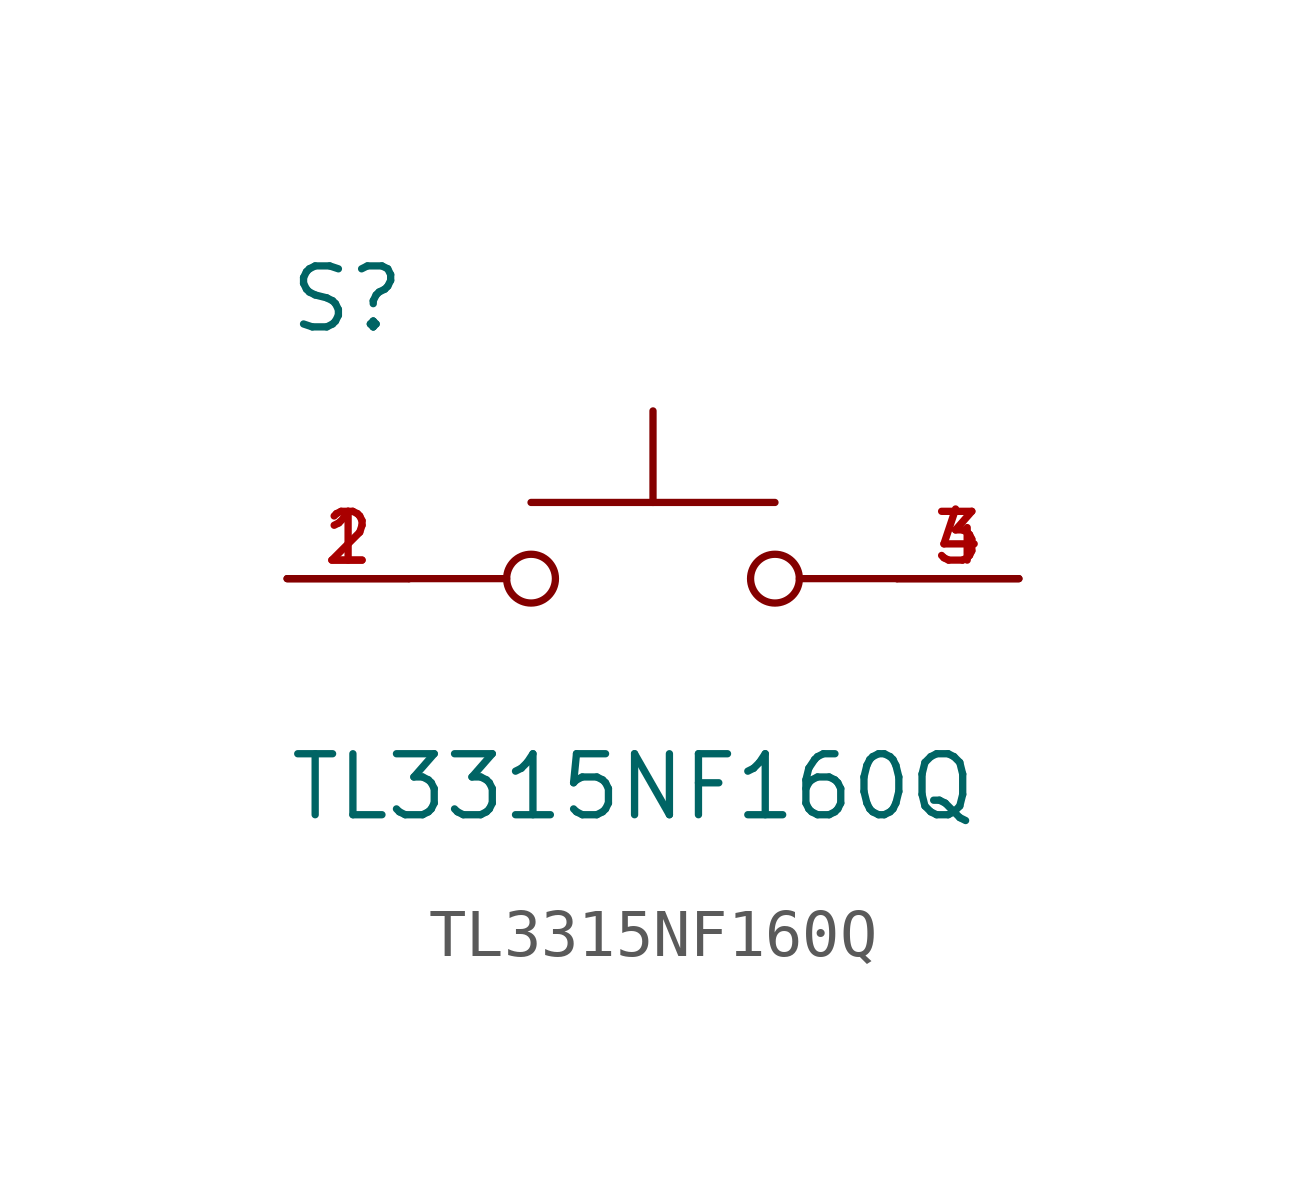
<source format=kicad_sym>
(kicad_symbol_lib
  (version 20211014)
  (generator kicad_symbol_editor)
  (symbol "TL3315NF160Q"
    (pin_names
      (offset 1.016))
    (property "Reference" "S"
      (at -7.62 5.08 0)
      (effects (font (size 1.27 1.27)) (justify bottom left)))
    (property "Value" "TL3315NF160Q"
      (at -7.62 -5.08 0)
      (effects (font (size 1.27 1.27)) (justify bottom left)))
    (symbol "TL3315NF160Q_0_0"
      (circle (center 2.54 0.0) (radius 0.508) (stroke (width 0.152)) (fill (type none)))
      (polyline (pts (xy 5.08 0.0) (xy 3.048 0.0)) (stroke (width 0.152)))
      (polyline (pts (xy -5.08 0.0) (xy -3.048 0.0)) (stroke (width 0.152)))
      (circle (center -2.54 0.0) (radius 0.508) (stroke (width 0.152)) (fill (type none)))
      (polyline (pts (xy -2.54 1.587) (xy 2.54 1.587)) (stroke (width 0.152)))
      (polyline (pts (xy 0.0 1.587) (xy 0.0 3.493)) (stroke (width 0.152)))
      (pin passive line (at -7.62 0.0 0) (length 2.54) (name "~" (effects (font (size 1.016 1.016)))) (number "1" (effects (font (size 1.016 1.016)))))
      (pin passive line (at 7.62 0.0 180.0) (length 2.54) (name "~" (effects (font (size 1.016 1.016)))) (number "3" (effects (font (size 1.016 1.016)))))
      (pin passive line (at -7.62 0.0 0) (length 2.54) (name "~" (effects (font (size 1.016 1.016)))) (number "2" (effects (font (size 1.016 1.016)))))
      (pin passive line (at 7.62 0.0 180.0) (length 2.54) (name "~" (effects (font (size 1.016 1.016)))) (number "4" (effects (font (size 1.016 1.016))))))))
</source>
